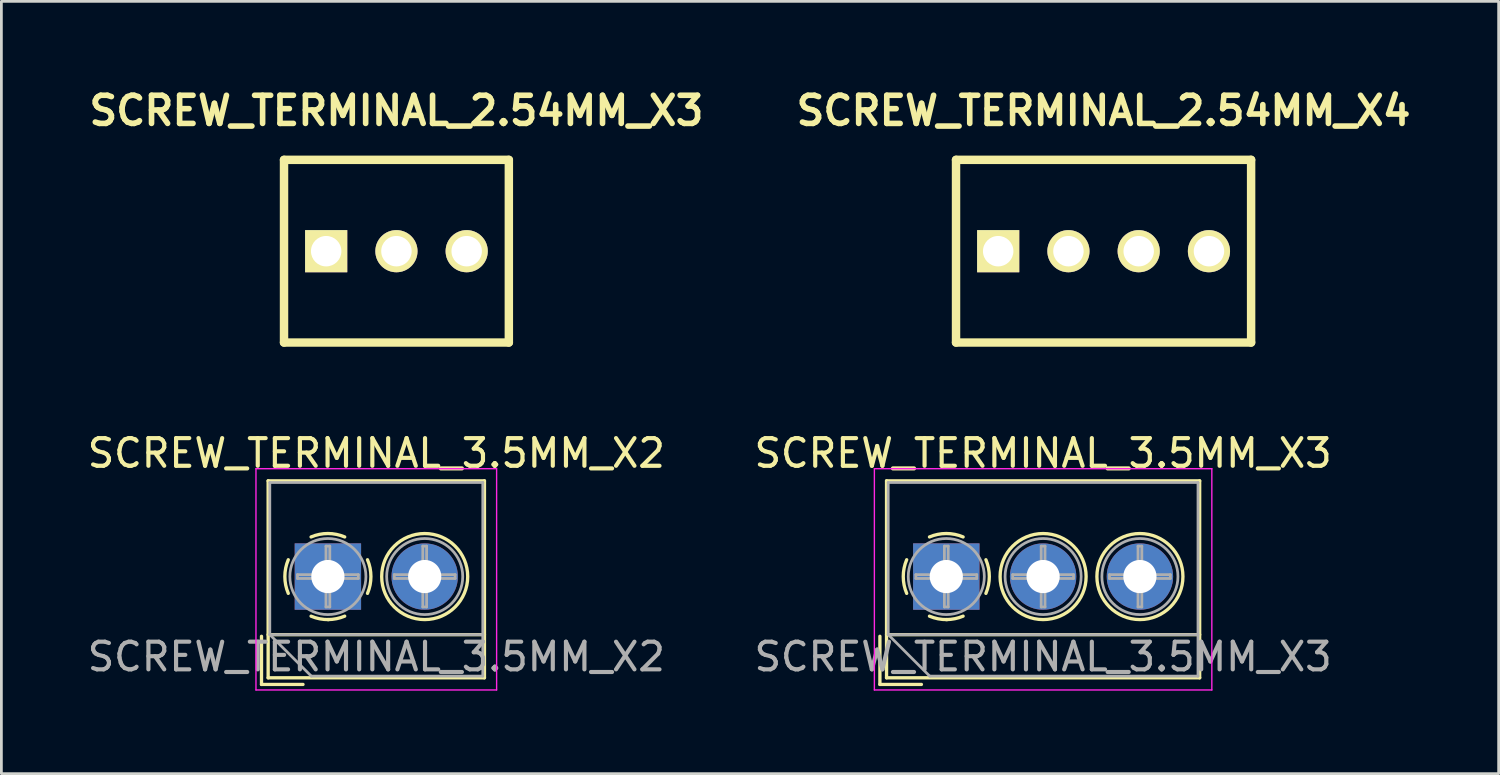
<source format=kicad_pcb>
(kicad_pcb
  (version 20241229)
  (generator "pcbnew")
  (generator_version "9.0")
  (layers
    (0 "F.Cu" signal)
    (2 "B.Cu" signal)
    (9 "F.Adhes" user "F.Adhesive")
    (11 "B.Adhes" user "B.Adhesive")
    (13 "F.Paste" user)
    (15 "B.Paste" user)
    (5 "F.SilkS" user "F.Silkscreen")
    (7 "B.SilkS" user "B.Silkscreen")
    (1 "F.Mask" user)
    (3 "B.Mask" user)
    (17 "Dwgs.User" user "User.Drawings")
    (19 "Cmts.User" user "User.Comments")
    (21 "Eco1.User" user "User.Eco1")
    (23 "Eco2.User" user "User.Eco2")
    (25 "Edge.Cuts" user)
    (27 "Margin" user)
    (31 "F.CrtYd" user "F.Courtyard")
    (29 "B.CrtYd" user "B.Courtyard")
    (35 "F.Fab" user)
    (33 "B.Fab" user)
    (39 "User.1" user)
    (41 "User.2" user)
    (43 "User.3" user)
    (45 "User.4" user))
  (footprint "SCREW_TERMINAL_2.54MM_X3"
    (layer "F.Cu")
    (at 11.282 6.031)
    (property "Reference" "SCREW_TERMINAL_2.54MM_X3" (at 0 -5.08 0) (layer "F.SilkS") (effects (font (size 1.016 1.016) (thickness 0.203))))
    (attr through_hole)
    (fp_line (start -4.064 -3.302) (end -4.064 3.302) (stroke (width 0.305) (type solid)) (layer "F.SilkS"))
    (fp_line (start -4.064 -3.302) (end 4.064 -3.302) (stroke (width 0.305) (type solid)) (layer "F.SilkS"))
    (fp_line (start 4.064 3.302) (end -4.064 3.302) (stroke (width 0.305) (type solid)) (layer "F.SilkS"))
    (fp_line (start 4.064 3.302) (end 4.064 -3.302) (stroke (width 0.305) (type solid)) (layer "F.SilkS"))
    (pad "1" thru_hole rect (at -2.54 0) (size 1.524 1.524) (drill 1.1) (layers "*.Cu" "*.Mask" "F.SilkS"))
    (pad "2" thru_hole circle (at 0 0) (size 1.524 1.524) (drill 1.1) (layers "*.Cu" "*.Mask" "F.SilkS"))
    (pad "3" thru_hole circle (at 2.54 0) (size 1.524 1.524) (drill 1.1) (layers "*.Cu" "*.Mask" "F.SilkS")))
  (footprint "SCREW_TERMINAL_3.5MM_X2"
    (layer "F.Cu")
    (at 8.804 17.794)
    (property "Reference" "SCREW_TERMINAL_3.5MM_X2" (at 1.75 -4.46 0) (layer "F.SilkS") (effects (font (size 1 1) (thickness 0.15))))
    (attr through_hole)
    (fp_line (start -2.4 2.16) (end -2.4 3.9) (stroke (width 0.12) (type solid)) (layer "F.SilkS"))
    (fp_line (start -2.4 3.9) (end -0.9 3.9) (stroke (width 0.12) (type solid)) (layer "F.SilkS"))
    (fp_line (start -2.16 -3.46) (end -2.16 3.66) (stroke (width 0.12) (type solid)) (layer "F.SilkS"))
    (fp_line (start -2.16 -3.46) (end 5.66 -3.46) (stroke (width 0.12) (type solid)) (layer "F.SilkS"))
    (fp_line (start -2.16 2.1) (end 5.66 2.1) (stroke (width 0.12) (type solid)) (layer "F.SilkS"))
    (fp_line (start -2.16 3.66) (end 5.66 3.66) (stroke (width 0.12) (type solid)) (layer "F.SilkS"))
    (fp_line (start 5.66 -3.46) (end 5.66 3.66) (stroke (width 0.12) (type solid)) (layer "F.SilkS"))
    (fp_arc (start -1.432109 0.607742) (mid -1.555727 -0.00014) (end -1.432 -0.608) (stroke (width 0.12) (type solid)) (layer "F.SilkS"))
    (fp_arc (start -0.607742 -1.432109) (mid 0.00014 -1.555727) (end 0.608 -1.432) (stroke (width 0.12) (type solid)) (layer "F.SilkS"))
    (fp_arc (start 0.027011 1.555493) (mid -0.296984 1.527118) (end -0.608 1.432) (stroke (width 0.12) (type solid)) (layer "F.SilkS"))
    (fp_arc (start 0.607587 1.431385) (mid 0.310017 1.523783) (end 0 1.555) (stroke (width 0.12) (type solid)) (layer "F.SilkS"))
    (fp_arc (start 1.432109 -0.607742) (mid 1.555727 0.00014) (end 1.432 0.608) (stroke (width 0.12) (type solid)) (layer "F.SilkS"))
    (fp_circle (center 3.5 0) (end 5.055 0) (stroke (width 0.12) (type solid)) (fill no) (layer "F.SilkS"))
    (fp_line (start -2.6 -3.9) (end -2.6 4.1) (stroke (width 0.05) (type solid)) (layer "F.CrtYd"))
    (fp_line (start -2.6 4.1) (end 6.1 4.1) (stroke (width 0.05) (type solid)) (layer "F.CrtYd"))
    (fp_line (start 6.1 -3.9) (end -2.6 -3.9) (stroke (width 0.05) (type solid)) (layer "F.CrtYd"))
    (fp_line (start 6.1 4.1) (end 6.1 -3.9) (stroke (width 0.05) (type solid)) (layer "F.CrtYd"))
    (fp_line (start -2.1 -3.4) (end 5.6 -3.4) (stroke (width 0.1) (type solid)) (layer "F.Fab"))
    (fp_line (start -2.1 2.1) (end -2.1 -3.4) (stroke (width 0.1) (type solid)) (layer "F.Fab"))
    (fp_line (start -2.1 2.1) (end 5.6 2.1) (stroke (width 0.1) (type solid)) (layer "F.Fab"))
    (fp_line (start -1.1 -0.069) (end -0.069 -0.069) (stroke (width 0.1) (type solid)) (layer "F.Fab"))
    (fp_line (start -1.1 0.069) (end -1.1 -0.069) (stroke (width 0.1) (type solid)) (layer "F.Fab"))
    (fp_line (start -0.6 3.6) (end -2.1 2.1) (stroke (width 0.1) (type solid)) (layer "F.Fab"))
    (fp_line (start -0.069 -1.1) (end 0.069 -1.1) (stroke (width 0.1) (type solid)) (layer "F.Fab"))
    (fp_line (start -0.069 -0.069) (end -0.069 -1.1) (stroke (width 0.1) (type solid)) (layer "F.Fab"))
    (fp_line (start -0.069 0.069) (end -1.1 0.069) (stroke (width 0.1) (type solid)) (layer "F.Fab"))
    (fp_line (start -0.069 1.1) (end -0.069 0.069) (stroke (width 0.1) (type solid)) (layer "F.Fab"))
    (fp_line (start 0.069 -1.1) (end 0.069 -0.069) (stroke (width 0.1) (type solid)) (layer "F.Fab"))
    (fp_line (start 0.069 -0.069) (end 1.1 -0.069) (stroke (width 0.1) (type solid)) (layer "F.Fab"))
    (fp_line (start 0.069 0.069) (end 0.069 1.1) (stroke (width 0.1) (type solid)) (layer "F.Fab"))
    (fp_line (start 0.069 1.1) (end -0.069 1.1) (stroke (width 0.1) (type solid)) (layer "F.Fab"))
    (fp_line (start 1.1 -0.069) (end 1.1 0.069) (stroke (width 0.1) (type solid)) (layer "F.Fab"))
    (fp_line (start 1.1 0.069) (end 0.069 0.069) (stroke (width 0.1) (type solid)) (layer "F.Fab"))
    (fp_line (start 2.4 -0.069) (end 3.431 -0.069) (stroke (width 0.1) (type solid)) (layer "F.Fab"))
    (fp_line (start 2.4 0.069) (end 2.4 -0.069) (stroke (width 0.1) (type solid)) (layer "F.Fab"))
    (fp_line (start 3.431 -1.1) (end 3.569 -1.1) (stroke (width 0.1) (type solid)) (layer "F.Fab"))
    (fp_line (start 3.431 -0.069) (end 3.431 -1.1) (stroke (width 0.1) (type solid)) (layer "F.Fab"))
    (fp_line (start 3.431 0.069) (end 2.4 0.069) (stroke (width 0.1) (type solid)) (layer "F.Fab"))
    (fp_line (start 3.431 1.1) (end 3.431 0.069) (stroke (width 0.1) (type solid)) (layer "F.Fab"))
    (fp_line (start 3.569 -1.1) (end 3.569 -0.069) (stroke (width 0.1) (type solid)) (layer "F.Fab"))
    (fp_line (start 3.569 -0.069) (end 4.6 -0.069) (stroke (width 0.1) (type solid)) (layer "F.Fab"))
    (fp_line (start 3.569 0.069) (end 3.569 1.1) (stroke (width 0.1) (type solid)) (layer "F.Fab"))
    (fp_line (start 3.569 1.1) (end 3.431 1.1) (stroke (width 0.1) (type solid)) (layer "F.Fab"))
    (fp_line (start 4.6 -0.069) (end 4.6 0.069) (stroke (width 0.1) (type solid)) (layer "F.Fab"))
    (fp_line (start 4.6 0.069) (end 3.569 0.069) (stroke (width 0.1) (type solid)) (layer "F.Fab"))
    (fp_line (start 5.6 -3.4) (end 5.6 3.6) (stroke (width 0.1) (type solid)) (layer "F.Fab"))
    (fp_line (start 5.6 3.6) (end -0.6 3.6) (stroke (width 0.1) (type solid)) (layer "F.Fab"))
    (fp_circle (center 0 0) (end 1.375 0) (stroke (width 0.1) (type solid)) (fill no) (layer "F.Fab"))
    (fp_circle (center 3.5 0) (end 4.875 0) (stroke (width 0.1) (type solid)) (fill no) (layer "F.Fab"))
    (fp_text user "${REFERENCE}" (at 1.75 2.9 0) (layer "F.Fab") (effects (font (size 1 1) (thickness 0.15))))
    (pad "1" thru_hole rect (at 0 0) (size 2.4 2.4) (drill 1.2) (layers "*.Cu" "*.Mask"))
    (pad "2" thru_hole circle (at 3.5 0) (size 2.4 2.4) (drill 1.2) (layers "*.Cu" "*.Mask")))
  (footprint "SCREW_TERMINAL_3.5MM_X3"
    (layer "F.Cu")
    (at 31.161 17.794)
    (property "Reference" "SCREW_TERMINAL_3.5MM_X3" (at 3.5 -4.46 0) (layer "F.SilkS") (effects (font (size 1 1) (thickness 0.15))))
    (attr through_hole)
    (fp_line (start -2.4 2.16) (end -2.4 3.9) (stroke (width 0.12) (type solid)) (layer "F.SilkS"))
    (fp_line (start -2.4 3.9) (end -0.9 3.9) (stroke (width 0.12) (type solid)) (layer "F.SilkS"))
    (fp_line (start -2.16 -3.46) (end -2.16 3.66) (stroke (width 0.12) (type solid)) (layer "F.SilkS"))
    (fp_line (start -2.16 -3.46) (end 9.16 -3.46) (stroke (width 0.12) (type solid)) (layer "F.SilkS"))
    (fp_line (start -2.16 2.1) (end 9.16 2.1) (stroke (width 0.12) (type solid)) (layer "F.SilkS"))
    (fp_line (start -2.16 3.66) (end 9.16 3.66) (stroke (width 0.12) (type solid)) (layer "F.SilkS"))
    (fp_line (start 9.16 -3.46) (end 9.16 3.66) (stroke (width 0.12) (type solid)) (layer "F.SilkS"))
    (fp_arc (start -1.432109 0.607742) (mid -1.555727 -0.00014) (end -1.432 -0.608) (stroke (width 0.12) (type solid)) (layer "F.SilkS"))
    (fp_arc (start -0.607742 -1.432109) (mid 0.00014 -1.555727) (end 0.608 -1.432) (stroke (width 0.12) (type solid)) (layer "F.SilkS"))
    (fp_arc (start 0.027011 1.555493) (mid -0.296984 1.527118) (end -0.608 1.432) (stroke (width 0.12) (type solid)) (layer "F.SilkS"))
    (fp_arc (start 0.607587 1.431385) (mid 0.310017 1.523783) (end 0 1.555) (stroke (width 0.12) (type solid)) (layer "F.SilkS"))
    (fp_arc (start 1.432109 -0.607742) (mid 1.555727 0.00014) (end 1.432 0.608) (stroke (width 0.12) (type solid)) (layer "F.SilkS"))
    (fp_circle (center 3.5 0) (end 5.055 0) (stroke (width 0.12) (type solid)) (fill no) (layer "F.SilkS"))
    (fp_circle (center 7 0) (end 8.555 0) (stroke (width 0.12) (type solid)) (fill no) (layer "F.SilkS"))
    (fp_line (start -2.6 -3.9) (end -2.6 4.1) (stroke (width 0.05) (type solid)) (layer "F.CrtYd"))
    (fp_line (start -2.6 4.1) (end 9.6 4.1) (stroke (width 0.05) (type solid)) (layer "F.CrtYd"))
    (fp_line (start 9.6 -3.9) (end -2.6 -3.9) (stroke (width 0.05) (type solid)) (layer "F.CrtYd"))
    (fp_line (start 9.6 4.1) (end 9.6 -3.9) (stroke (width 0.05) (type solid)) (layer "F.CrtYd"))
    (fp_line (start -2.1 -3.4) (end 9.1 -3.4) (stroke (width 0.1) (type solid)) (layer "F.Fab"))
    (fp_line (start -2.1 2.1) (end -2.1 -3.4) (stroke (width 0.1) (type solid)) (layer "F.Fab"))
    (fp_line (start -2.1 2.1) (end 9.1 2.1) (stroke (width 0.1) (type solid)) (layer "F.Fab"))
    (fp_line (start -1.1 -0.069) (end -0.069 -0.069) (stroke (width 0.1) (type solid)) (layer "F.Fab"))
    (fp_line (start -1.1 0.069) (end -1.1 -0.069) (stroke (width 0.1) (type solid)) (layer "F.Fab"))
    (fp_line (start -0.6 3.6) (end -2.1 2.1) (stroke (width 0.1) (type solid)) (layer "F.Fab"))
    (fp_line (start -0.069 -1.1) (end 0.069 -1.1) (stroke (width 0.1) (type solid)) (layer "F.Fab"))
    (fp_line (start -0.069 -0.069) (end -0.069 -1.1) (stroke (width 0.1) (type solid)) (layer "F.Fab"))
    (fp_line (start -0.069 0.069) (end -1.1 0.069) (stroke (width 0.1) (type solid)) (layer "F.Fab"))
    (fp_line (start -0.069 1.1) (end -0.069 0.069) (stroke (width 0.1) (type solid)) (layer "F.Fab"))
    (fp_line (start 0.069 -1.1) (end 0.069 -0.069) (stroke (width 0.1) (type solid)) (layer "F.Fab"))
    (fp_line (start 0.069 -0.069) (end 1.1 -0.069) (stroke (width 0.1) (type solid)) (layer "F.Fab"))
    (fp_line (start 0.069 0.069) (end 0.069 1.1) (stroke (width 0.1) (type solid)) (layer "F.Fab"))
    (fp_line (start 0.069 1.1) (end -0.069 1.1) (stroke (width 0.1) (type solid)) (layer "F.Fab"))
    (fp_line (start 1.1 -0.069) (end 1.1 0.069) (stroke (width 0.1) (type solid)) (layer "F.Fab"))
    (fp_line (start 1.1 0.069) (end 0.069 0.069) (stroke (width 0.1) (type solid)) (layer "F.Fab"))
    (fp_line (start 2.4 -0.069) (end 3.431 -0.069) (stroke (width 0.1) (type solid)) (layer "F.Fab"))
    (fp_line (start 2.4 0.069) (end 2.4 -0.069) (stroke (width 0.1) (type solid)) (layer "F.Fab"))
    (fp_line (start 3.431 -1.1) (end 3.569 -1.1) (stroke (width 0.1) (type solid)) (layer "F.Fab"))
    (fp_line (start 3.431 -0.069) (end 3.431 -1.1) (stroke (width 0.1) (type solid)) (layer "F.Fab"))
    (fp_line (start 3.431 0.069) (end 2.4 0.069) (stroke (width 0.1) (type solid)) (layer "F.Fab"))
    (fp_line (start 3.431 1.1) (end 3.431 0.069) (stroke (width 0.1) (type solid)) (layer "F.Fab"))
    (fp_line (start 3.569 -1.1) (end 3.569 -0.069) (stroke (width 0.1) (type solid)) (layer "F.Fab"))
    (fp_line (start 3.569 -0.069) (end 4.6 -0.069) (stroke (width 0.1) (type solid)) (layer "F.Fab"))
    (fp_line (start 3.569 0.069) (end 3.569 1.1) (stroke (width 0.1) (type solid)) (layer "F.Fab"))
    (fp_line (start 3.569 1.1) (end 3.431 1.1) (stroke (width 0.1) (type solid)) (layer "F.Fab"))
    (fp_line (start 4.6 -0.069) (end 4.6 0.069) (stroke (width 0.1) (type solid)) (layer "F.Fab"))
    (fp_line (start 4.6 0.069) (end 3.569 0.069) (stroke (width 0.1) (type solid)) (layer "F.Fab"))
    (fp_line (start 5.9 -0.069) (end 6.931 -0.069) (stroke (width 0.1) (type solid)) (layer "F.Fab"))
    (fp_line (start 5.9 0.069) (end 5.9 -0.069) (stroke (width 0.1) (type solid)) (layer "F.Fab"))
    (fp_line (start 6.931 -1.1) (end 7.069 -1.1) (stroke (width 0.1) (type solid)) (layer "F.Fab"))
    (fp_line (start 6.931 -0.069) (end 6.931 -1.1) (stroke (width 0.1) (type solid)) (layer "F.Fab"))
    (fp_line (start 6.931 0.069) (end 5.9 0.069) (stroke (width 0.1) (type solid)) (layer "F.Fab"))
    (fp_line (start 6.931 1.1) (end 6.931 0.069) (stroke (width 0.1) (type solid)) (layer "F.Fab"))
    (fp_line (start 7.069 -1.1) (end 7.069 -0.069) (stroke (width 0.1) (type solid)) (layer "F.Fab"))
    (fp_line (start 7.069 -0.069) (end 8.1 -0.069) (stroke (width 0.1) (type solid)) (layer "F.Fab"))
    (fp_line (start 7.069 0.069) (end 7.069 1.1) (stroke (width 0.1) (type solid)) (layer "F.Fab"))
    (fp_line (start 7.069 1.1) (end 6.931 1.1) (stroke (width 0.1) (type solid)) (layer "F.Fab"))
    (fp_line (start 8.1 -0.069) (end 8.1 0.069) (stroke (width 0.1) (type solid)) (layer "F.Fab"))
    (fp_line (start 8.1 0.069) (end 7.069 0.069) (stroke (width 0.1) (type solid)) (layer "F.Fab"))
    (fp_line (start 9.1 -3.4) (end 9.1 3.6) (stroke (width 0.1) (type solid)) (layer "F.Fab"))
    (fp_line (start 9.1 3.6) (end -0.6 3.6) (stroke (width 0.1) (type solid)) (layer "F.Fab"))
    (fp_circle (center 0 0) (end 1.375 0) (stroke (width 0.1) (type solid)) (fill no) (layer "F.Fab"))
    (fp_circle (center 3.5 0) (end 4.875 0) (stroke (width 0.1) (type solid)) (fill no) (layer "F.Fab"))
    (fp_circle (center 7 0) (end 8.375 0) (stroke (width 0.1) (type solid)) (fill no) (layer "F.Fab"))
    (fp_text user "${REFERENCE}" (at 3.5 2.9 0) (layer "F.Fab") (effects (font (size 1 1) (thickness 0.15))))
    (pad "1" thru_hole rect (at 0 0) (size 2.4 2.4) (drill 1.2) (layers "*.Cu" "*.Mask"))
    (pad "2" thru_hole circle (at 3.5 0) (size 2.4 2.4) (drill 1.2) (layers "*.Cu" "*.Mask"))
    (pad "3" thru_hole circle (at 7 0) (size 2.4 2.4) (drill 1.2) (layers "*.Cu" "*.Mask")))
  (footprint "SCREW_TERMINAL_2.54MM_X4"
    (layer "F.Cu")
    (at 36.847 6.031)
    (property "Reference" "SCREW_TERMINAL_2.54MM_X4" (at 0 -5.08 0) (layer "F.SilkS") (effects (font (size 1.016 1.016) (thickness 0.203))))
    (attr through_hole)
    (fp_line (start -5.334 -3.302) (end -5.334 3.302) (stroke (width 0.305) (type solid)) (layer "F.SilkS"))
    (fp_line (start -5.334 -3.302) (end 5.334 -3.302) (stroke (width 0.305) (type solid)) (layer "F.SilkS"))
    (fp_line (start 5.334 3.302) (end -5.334 3.302) (stroke (width 0.305) (type solid)) (layer "F.SilkS"))
    (fp_line (start 5.334 3.302) (end 5.334 -3.302) (stroke (width 0.305) (type solid)) (layer "F.SilkS"))
    (pad "1" thru_hole rect (at -3.81 0) (size 1.524 1.524) (drill 1.1) (layers "*.Cu" "*.Mask" "F.SilkS"))
    (pad "2" thru_hole circle (at -1.27 0) (size 1.524 1.524) (drill 1.1) (layers "*.Cu" "*.Mask" "F.SilkS"))
    (pad "3" thru_hole circle (at 1.27 0) (size 1.524 1.524) (drill 1.1) (layers "*.Cu" "*.Mask" "F.SilkS"))
    (pad "4" thru_hole circle (at 3.81 0) (size 1.524 1.524) (drill 1.1) (layers "*.Cu" "*.Mask" "F.SilkS")))
  (gr_rect
    (start -3 -3)
    (end 51.13 24.919)
    (stroke (width 0.1) (type default))
    (fill no)
    (layer "Edge.Cuts")))
</source>
